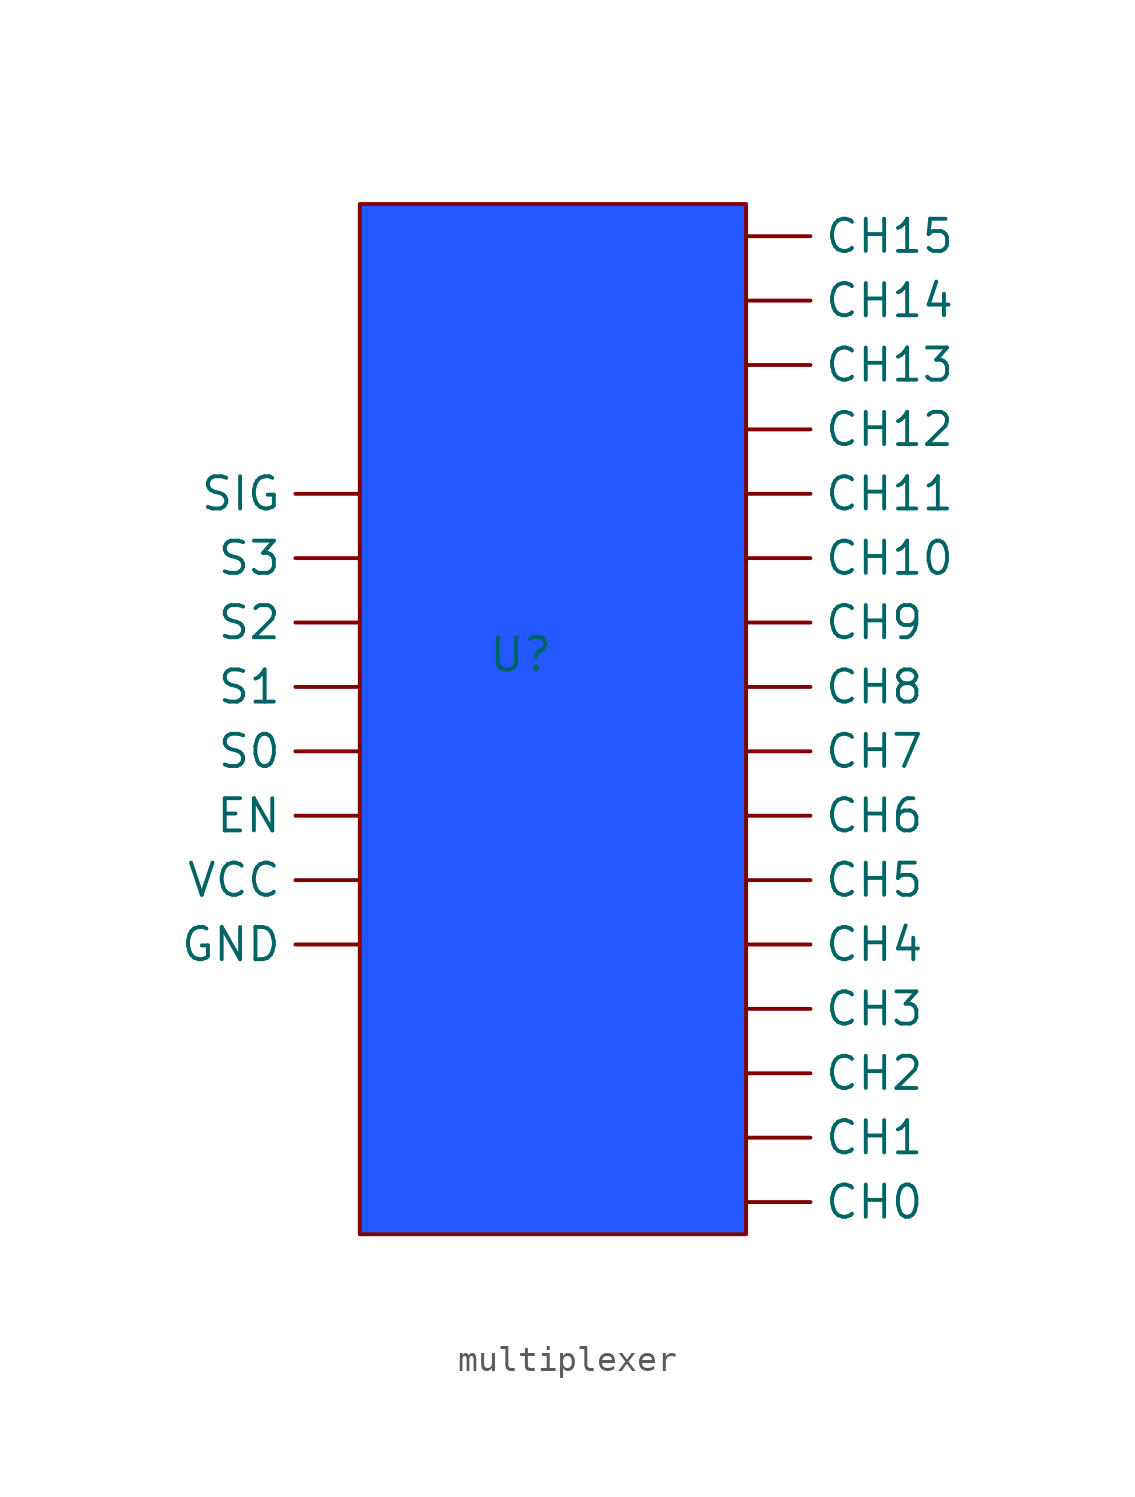
<source format=kicad_sym>
(kicad_symbol_lib
  (version 20220914)
  (generator kicad_symbol_editor)
  (symbol "multiplexer"
    (property "Reference" "U"
      (at -1.27 3.81 0)
      (effects (font (size 1.27 1.27))))
    (property "Value" ""
      (at -1.27 3.81 0)
      (effects (font (size 1.27 1.27))))
    (symbol "multiplexer_1_1"
      (rectangle (start -7.62 21.59) (end 7.62 -19.05) (stroke (width 0) (type default)) (fill (type color) (color 35 87 255 1)))
      (pin input line (at 7.62 -17.78 0) (length 2.54) (name "CH0" (effects (font (size 1.27 1.27)))) (number "" (effects (font (size 1.27 1.27)))))
      (pin input line (at 7.62 -15.24 0) (length 2.54) (name "CH1" (effects (font (size 1.27 1.27)))) (number "" (effects (font (size 1.27 1.27)))))
      (pin input line (at 7.62 7.62 0) (length 2.54) (name "CH10" (effects (font (size 1.27 1.27)))) (number "" (effects (font (size 1.27 1.27)))))
      (pin input line (at 7.62 10.16 0) (length 2.54) (name "CH11" (effects (font (size 1.27 1.27)))) (number "" (effects (font (size 1.27 1.27)))))
      (pin input line (at 7.62 12.7 0) (length 2.54) (name "CH12" (effects (font (size 1.27 1.27)))) (number "" (effects (font (size 1.27 1.27)))))
      (pin input line (at 7.62 15.24 0) (length 2.54) (name "CH13" (effects (font (size 1.27 1.27)))) (number "" (effects (font (size 1.27 1.27)))))
      (pin input line (at 7.62 17.78 0) (length 2.54) (name "CH14" (effects (font (size 1.27 1.27)))) (number "" (effects (font (size 1.27 1.27)))))
      (pin input line (at 7.62 20.32 0) (length 2.54) (name "CH15" (effects (font (size 1.27 1.27)))) (number "" (effects (font (size 1.27 1.27)))))
      (pin input line (at 7.62 -12.7 0) (length 2.54) (name "CH2" (effects (font (size 1.27 1.27)))) (number "" (effects (font (size 1.27 1.27)))))
      (pin input line (at 7.62 -10.16 0) (length 2.54) (name "CH3" (effects (font (size 1.27 1.27)))) (number "" (effects (font (size 1.27 1.27)))))
      (pin input line (at 7.62 -7.62 0) (length 2.54) (name "CH4" (effects (font (size 1.27 1.27)))) (number "" (effects (font (size 1.27 1.27)))))
      (pin input line (at 7.62 -5.08 0) (length 2.54) (name "CH5" (effects (font (size 1.27 1.27)))) (number "" (effects (font (size 1.27 1.27)))))
      (pin input line (at 7.62 -2.54 0) (length 2.54) (name "CH6" (effects (font (size 1.27 1.27)))) (number "" (effects (font (size 1.27 1.27)))))
      (pin input line (at 7.62 0 0) (length 2.54) (name "CH7" (effects (font (size 1.27 1.27)))) (number "" (effects (font (size 1.27 1.27)))))
      (pin input line (at 7.62 2.54 0) (length 2.54) (name "CH8" (effects (font (size 1.27 1.27)))) (number "" (effects (font (size 1.27 1.27)))))
      (pin input line (at 7.62 5.08 0) (length 2.54) (name "CH9" (effects (font (size 1.27 1.27)))) (number "" (effects (font (size 1.27 1.27)))))
      (pin input line (at -7.62 -2.54 180) (length 2.54) (name "EN" (effects (font (size 1.27 1.27)))) (number "" (effects (font (size 1.27 1.27)))))
      (pin output line (at -7.62 -7.62 180) (length 2.54) (name "GND" (effects (font (size 1.27 1.27)))) (number "" (effects (font (size 1.27 1.27)))))
      (pin input line (at -7.62 0 180) (length 2.54) (name "S0" (effects (font (size 1.27 1.27)))) (number "" (effects (font (size 1.27 1.27)))))
      (pin input line (at -7.62 2.54 180) (length 2.54) (name "S1" (effects (font (size 1.27 1.27)))) (number "" (effects (font (size 1.27 1.27)))))
      (pin input line (at -7.62 5.08 180) (length 2.54) (name "S2" (effects (font (size 1.27 1.27)))) (number "" (effects (font (size 1.27 1.27)))))
      (pin input line (at -7.62 7.62 180) (length 2.54) (name "S3" (effects (font (size 1.27 1.27)))) (number "" (effects (font (size 1.27 1.27)))))
      (pin output line (at -7.62 10.16 180) (length 2.54) (name "SIG" (effects (font (size 1.27 1.27)))) (number "" (effects (font (size 1.27 1.27)))))
      (pin input line (at -7.62 -5.08 180) (length 2.54) (name "VCC" (effects (font (size 1.27 1.27)))) (number "" (effects (font (size 1.27 1.27))))))))
</source>
